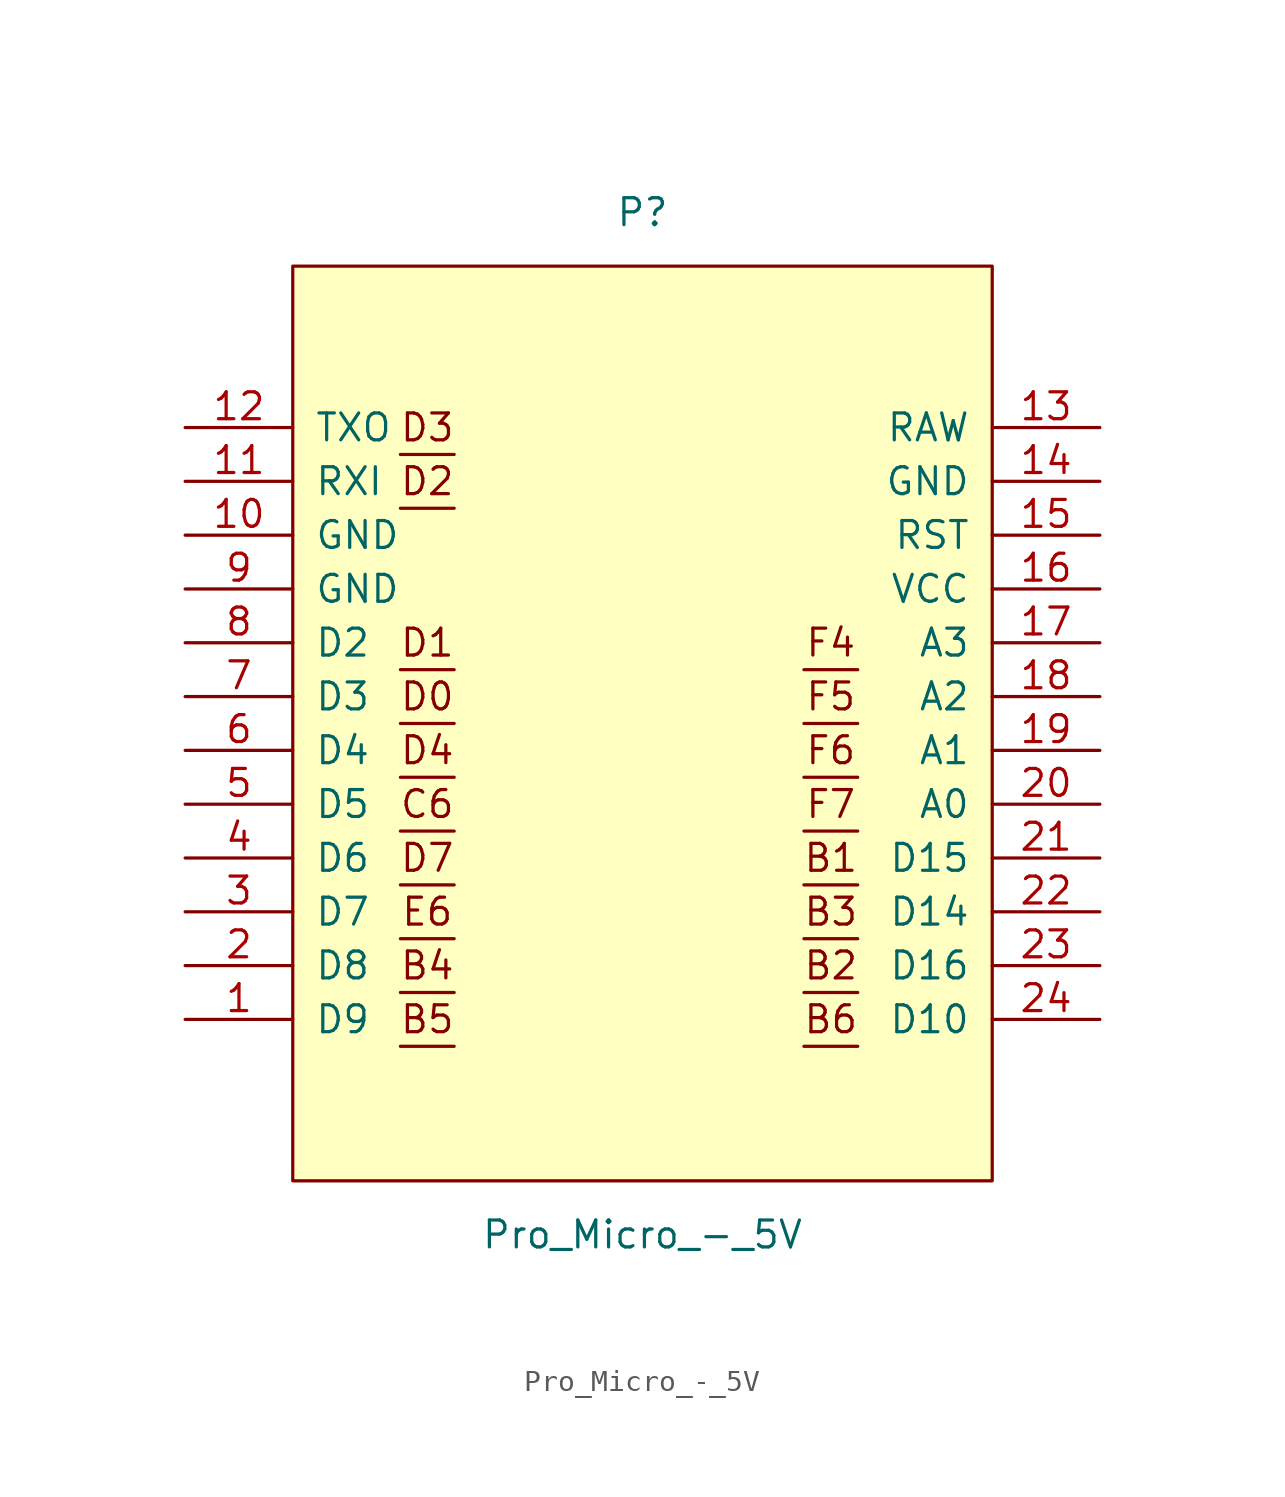
<source format=kicad_sym>
(kicad_symbol_lib
  (version 20211014)
  (generator kicad_symbol_editor)
  (symbol "Pro_Micro_-_5V"
    (pin_names
      (offset 1.016))
    (property "Reference" "P"
      (at 0 25.4 0)
      (effects (font (size 1.27 1.27))))
    (property "Value" "Pro_Micro_-_5V"
      (at 0 -22.86 0)
      (effects (font (size 1.27 1.27))))
    (symbol "Pro_Micro_-_5V_0_0"
      (polyline (pts (xy -11.43 -13.97) (xy -8.89 -13.97)) (stroke (width 0.152) (type default) (color 0 0 0 0)) (fill (type none)))
      (polyline (pts (xy -11.43 -11.43) (xy -8.89 -11.43)) (stroke (width 0.152) (type default) (color 0 0 0 0)) (fill (type none)))
      (polyline (pts (xy -11.43 -8.89) (xy -8.89 -8.89)) (stroke (width 0.152) (type default) (color 0 0 0 0)) (fill (type none)))
      (polyline (pts (xy -11.43 -6.35) (xy -8.89 -6.35)) (stroke (width 0.152) (type default) (color 0 0 0 0)) (fill (type none)))
      (polyline (pts (xy -11.43 -3.81) (xy -8.89 -3.81)) (stroke (width 0.152) (type default) (color 0 0 0 0)) (fill (type none)))
      (polyline (pts (xy -11.43 -1.27) (xy -8.89 -1.27)) (stroke (width 0.152) (type default) (color 0 0 0 0)) (fill (type none)))
      (polyline (pts (xy -11.43 1.27) (xy -8.89 1.27)) (stroke (width 0.152) (type default) (color 0 0 0 0)) (fill (type none)))
      (polyline (pts (xy -11.43 3.81) (xy -8.89 3.81)) (stroke (width 0.152) (type default) (color 0 0 0 0)) (fill (type none)))
      (polyline (pts (xy -11.43 11.43) (xy -8.89 11.43)) (stroke (width 0.152) (type default) (color 0 0 0 0)) (fill (type none)))
      (polyline (pts (xy -11.43 13.97) (xy -8.89 13.97)) (stroke (width 0.152) (type default) (color 0 0 0 0)) (fill (type none)))
      (polyline (pts (xy 7.62 -13.97) (xy 10.16 -13.97)) (stroke (width 0.152) (type default) (color 0 0 0 0)) (fill (type none)))
      (polyline (pts (xy 7.62 -11.43) (xy 10.16 -11.43)) (stroke (width 0.152) (type default) (color 0 0 0 0)) (fill (type none)))
      (polyline (pts (xy 7.62 -8.89) (xy 10.16 -8.89)) (stroke (width 0.152) (type default) (color 0 0 0 0)) (fill (type none)))
      (polyline (pts (xy 7.62 -6.35) (xy 10.16 -6.35)) (stroke (width 0.152) (type default) (color 0 0 0 0)) (fill (type none)))
      (polyline (pts (xy 7.62 -3.81) (xy 10.16 -3.81)) (stroke (width 0.152) (type default) (color 0 0 0 0)) (fill (type none)))
      (polyline (pts (xy 7.62 -1.27) (xy 10.16 -1.27)) (stroke (width 0.152) (type default) (color 0 0 0 0)) (fill (type none)))
      (polyline (pts (xy 7.62 1.27) (xy 10.16 1.27)) (stroke (width 0.152) (type default) (color 0 0 0 0)) (fill (type none)))
      (polyline (pts (xy 7.62 3.81) (xy 10.16 3.81)) (stroke (width 0.152) (type default) (color 0 0 0 0)) (fill (type none)))
      (text "B1" (at 8.89 -5.08 0) (effects (font (size 1.27 1.27))))
      (text "B2" (at 8.89 -10.16 0) (effects (font (size 1.27 1.27))))
      (text "B3" (at 8.89 -7.62 0) (effects (font (size 1.27 1.27))))
      (text "B4" (at -10.16 -10.16 0) (effects (font (size 1.27 1.27))))
      (text "B5" (at -10.16 -12.7 0) (effects (font (size 1.27 1.27))))
      (text "B6" (at 8.89 -12.7 0) (effects (font (size 1.27 1.27))))
      (text "C6" (at -10.16 -2.54 0) (effects (font (size 1.27 1.27))))
      (text "D0" (at -10.16 2.54 0) (effects (font (size 1.27 1.27))))
      (text "D1" (at -10.16 5.08 0) (effects (font (size 1.27 1.27))))
      (text "D2" (at -10.16 12.7 0) (effects (font (size 1.27 1.27))))
      (text "D3" (at -10.16 15.24 0) (effects (font (size 1.27 1.27))))
      (text "D4" (at -10.16 0 0) (effects (font (size 1.27 1.27))))
      (text "D7" (at -10.16 -5.08 0) (effects (font (size 1.27 1.27))))
      (text "E6" (at -10.16 -7.62 0) (effects (font (size 1.27 1.27))))
      (text "F4" (at 8.89 5.08 0) (effects (font (size 1.27 1.27))))
      (text "F5" (at 8.89 2.54 0) (effects (font (size 1.27 1.27))))
      (text "F6" (at 8.89 0 0) (effects (font (size 1.27 1.27))))
      (text "F7" (at 8.89 -2.54 0) (effects (font (size 1.27 1.27)))))
    (symbol "Pro_Micro_-_5V_1_1"
      (rectangle (start -16.51 22.86) (end 16.51 -20.32) (stroke (width 0.152) (type default) (color 0 0 0 0)) (fill (type background)))
      (pin input line (at -21.59 -12.7 0) (length 5.08) (name "D9" (effects (font (size 1.27 1.27)))) (number "1" (effects (font (size 1.27 1.27)))))
      (pin input line (at -21.59 10.16 0) (length 5.08) (name "GND" (effects (font (size 1.27 1.27)))) (number "10" (effects (font (size 1.27 1.27)))))
      (pin input line (at -21.59 12.7 0) (length 5.08) (name "RXI" (effects (font (size 1.27 1.27)))) (number "11" (effects (font (size 1.27 1.27)))))
      (pin input line (at -21.59 15.24 0) (length 5.08) (name "TXO" (effects (font (size 1.27 1.27)))) (number "12" (effects (font (size 1.27 1.27)))))
      (pin input line (at 21.59 15.24 180) (length 5.08) (name "RAW" (effects (font (size 1.27 1.27)))) (number "13" (effects (font (size 1.27 1.27)))))
      (pin input line (at 21.59 12.7 180) (length 5.08) (name "GND" (effects (font (size 1.27 1.27)))) (number "14" (effects (font (size 1.27 1.27)))))
      (pin input line (at 21.59 10.16 180) (length 5.08) (name "RST" (effects (font (size 1.27 1.27)))) (number "15" (effects (font (size 1.27 1.27)))))
      (pin input line (at 21.59 7.62 180) (length 5.08) (name "VCC" (effects (font (size 1.27 1.27)))) (number "16" (effects (font (size 1.27 1.27)))))
      (pin input line (at 21.59 5.08 180) (length 5.08) (name "A3" (effects (font (size 1.27 1.27)))) (number "17" (effects (font (size 1.27 1.27)))))
      (pin input line (at 21.59 2.54 180) (length 5.08) (name "A2" (effects (font (size 1.27 1.27)))) (number "18" (effects (font (size 1.27 1.27)))))
      (pin input line (at 21.59 0 180) (length 5.08) (name "A1" (effects (font (size 1.27 1.27)))) (number "19" (effects (font (size 1.27 1.27)))))
      (pin input line (at -21.59 -10.16 0) (length 5.08) (name "D8" (effects (font (size 1.27 1.27)))) (number "2" (effects (font (size 1.27 1.27)))))
      (pin input line (at 21.59 -2.54 180) (length 5.08) (name "A0" (effects (font (size 1.27 1.27)))) (number "20" (effects (font (size 1.27 1.27)))))
      (pin input line (at 21.59 -5.08 180) (length 5.08) (name "D15" (effects (font (size 1.27 1.27)))) (number "21" (effects (font (size 1.27 1.27)))))
      (pin input line (at 21.59 -7.62 180) (length 5.08) (name "D14" (effects (font (size 1.27 1.27)))) (number "22" (effects (font (size 1.27 1.27)))))
      (pin input line (at 21.59 -10.16 180) (length 5.08) (name "D16" (effects (font (size 1.27 1.27)))) (number "23" (effects (font (size 1.27 1.27)))))
      (pin input line (at 21.59 -12.7 180) (length 5.08) (name "D10" (effects (font (size 1.27 1.27)))) (number "24" (effects (font (size 1.27 1.27)))))
      (pin input line (at -21.59 -7.62 0) (length 5.08) (name "D7" (effects (font (size 1.27 1.27)))) (number "3" (effects (font (size 1.27 1.27)))))
      (pin input line (at -21.59 -5.08 0) (length 5.08) (name "D6" (effects (font (size 1.27 1.27)))) (number "4" (effects (font (size 1.27 1.27)))))
      (pin input line (at -21.59 -2.54 0) (length 5.08) (name "D5" (effects (font (size 1.27 1.27)))) (number "5" (effects (font (size 1.27 1.27)))))
      (pin input line (at -21.59 0 0) (length 5.08) (name "D4" (effects (font (size 1.27 1.27)))) (number "6" (effects (font (size 1.27 1.27)))))
      (pin input line (at -21.59 2.54 0) (length 5.08) (name "D3" (effects (font (size 1.27 1.27)))) (number "7" (effects (font (size 1.27 1.27)))))
      (pin input line (at -21.59 5.08 0) (length 5.08) (name "D2" (effects (font (size 1.27 1.27)))) (number "8" (effects (font (size 1.27 1.27)))))
      (pin input line (at -21.59 7.62 0) (length 5.08) (name "GND" (effects (font (size 1.27 1.27)))) (number "9" (effects (font (size 1.27 1.27))))))))
</source>
